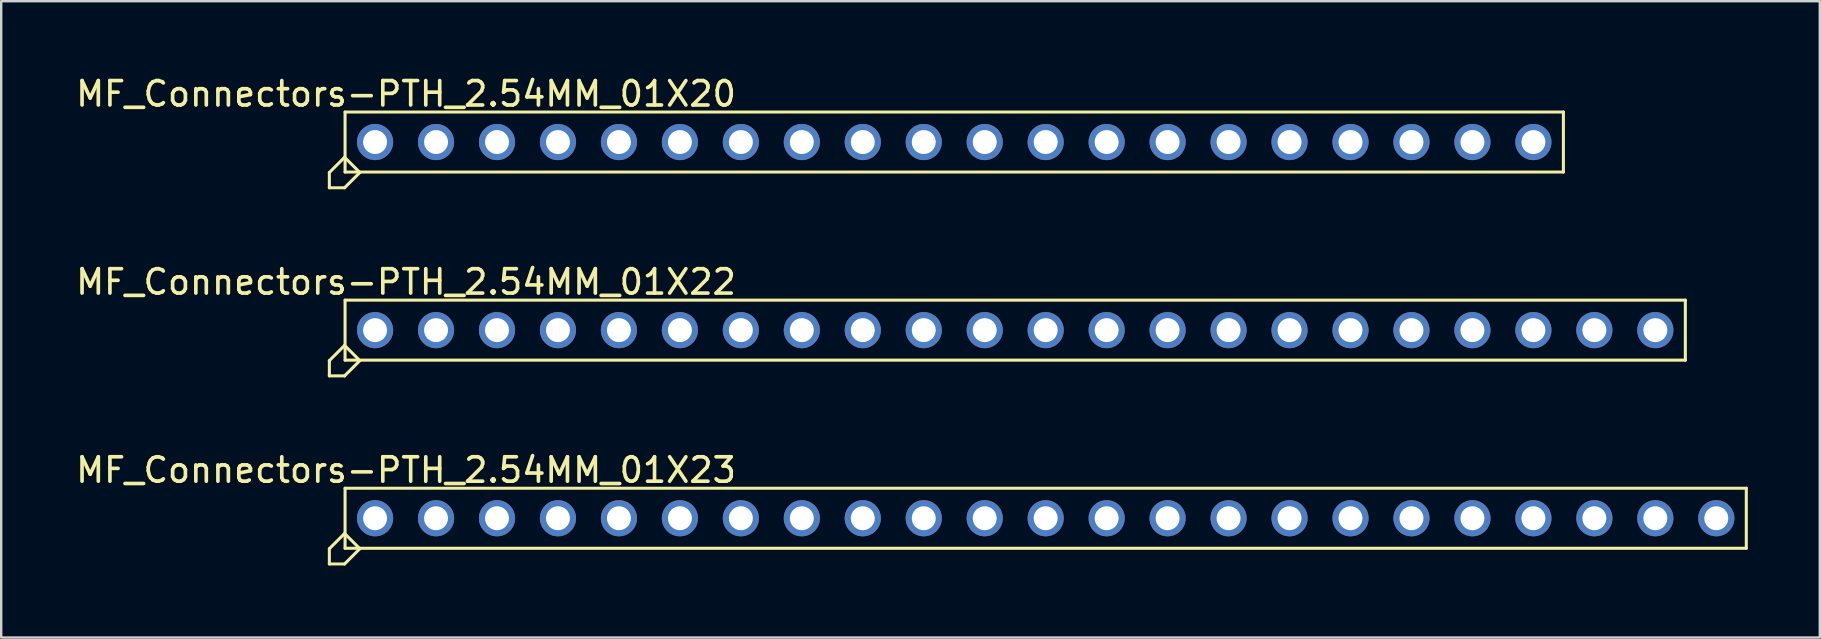
<source format=kicad_pcb>
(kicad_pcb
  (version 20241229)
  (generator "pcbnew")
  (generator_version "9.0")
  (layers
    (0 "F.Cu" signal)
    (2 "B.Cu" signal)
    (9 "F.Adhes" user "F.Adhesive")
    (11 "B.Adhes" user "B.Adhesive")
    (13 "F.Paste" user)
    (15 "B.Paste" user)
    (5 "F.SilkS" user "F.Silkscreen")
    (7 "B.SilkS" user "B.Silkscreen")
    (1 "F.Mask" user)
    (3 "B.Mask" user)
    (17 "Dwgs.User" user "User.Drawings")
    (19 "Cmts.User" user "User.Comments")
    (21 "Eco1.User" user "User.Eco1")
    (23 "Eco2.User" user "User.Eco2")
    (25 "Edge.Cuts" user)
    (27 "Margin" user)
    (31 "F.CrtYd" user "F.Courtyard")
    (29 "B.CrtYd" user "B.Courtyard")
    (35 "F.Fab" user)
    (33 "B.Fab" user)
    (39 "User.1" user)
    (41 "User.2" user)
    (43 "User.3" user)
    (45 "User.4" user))
  (footprint "MF_Connectors-PTH_2.54MM_01X23"
    (layer "F.Cu")
    (at 40.517 18.542)
    (property "Reference" "MF_Connectors-PTH_2.54MM_01X23" (at -26.65 -2.007 0) (layer "F.SilkS") (effects (font (size 1.016 1.016) (thickness 0.152))))
    (attr exclude_from_pos_files exclude_from_bom)
    (fp_line (start -29.845 1.27) (end -29.845 1.905) (stroke (width 0.127) (type solid)) (layer "F.SilkS"))
    (fp_line (start -29.845 1.905) (end -29.21 1.905) (stroke (width 0.127) (type solid)) (layer "F.SilkS"))
    (fp_line (start -29.21 0.635) (end -29.845 1.27) (stroke (width 0.127) (type solid)) (layer "F.SilkS"))
    (fp_line (start -29.21 1.905) (end -28.575 1.27) (stroke (width 0.127) (type solid)) (layer "F.SilkS"))
    (fp_line (start -29.19 -1.25) (end 29.19 -1.25) (stroke (width 0.127) (type solid)) (layer "F.SilkS"))
    (fp_line (start -29.19 1.25) (end -29.19 -1.25) (stroke (width 0.127) (type solid)) (layer "F.SilkS"))
    (fp_line (start -28.575 1.27) (end -29.21 0.635) (stroke (width 0.127) (type solid)) (layer "F.SilkS"))
    (fp_line (start 29.19 -1.25) (end 29.19 1.25) (stroke (width 0.127) (type solid)) (layer "F.SilkS"))
    (fp_line (start 29.19 1.25) (end -29.19 1.25) (stroke (width 0.127) (type solid)) (layer "F.SilkS"))
    (pad "1" thru_hole circle (at -27.94 0) (size 1.506 1.506) (drill 0.998) (layers "*.Cu" "*.Mask"))
    (pad "2" thru_hole circle (at -25.4 0) (size 1.506 1.506) (drill 0.998) (layers "*.Cu" "*.Mask"))
    (pad "3" thru_hole circle (at -22.86 0) (size 1.506 1.506) (drill 0.998) (layers "*.Cu" "*.Mask"))
    (pad "4" thru_hole circle (at -20.32 0) (size 1.506 1.506) (drill 0.998) (layers "*.Cu" "*.Mask"))
    (pad "5" thru_hole circle (at -17.78 0) (size 1.506 1.506) (drill 0.998) (layers "*.Cu" "*.Mask"))
    (pad "6" thru_hole circle (at -15.24 0) (size 1.506 1.506) (drill 0.998) (layers "*.Cu" "*.Mask"))
    (pad "7" thru_hole circle (at -12.7 0) (size 1.506 1.506) (drill 0.998) (layers "*.Cu" "*.Mask"))
    (pad "8" thru_hole circle (at -10.16 0) (size 1.506 1.506) (drill 0.998) (layers "*.Cu" "*.Mask"))
    (pad "9" thru_hole circle (at -7.62 0) (size 1.506 1.506) (drill 0.998) (layers "*.Cu" "*.Mask"))
    (pad "10" thru_hole circle (at -5.08 0) (size 1.506 1.506) (drill 0.998) (layers "*.Cu" "*.Mask"))
    (pad "11" thru_hole circle (at -2.54 0) (size 1.506 1.506) (drill 0.998) (layers "*.Cu" "*.Mask"))
    (pad "12" thru_hole circle (at 0 0) (size 1.506 1.506) (drill 0.998) (layers "*.Cu" "*.Mask"))
    (pad "13" thru_hole circle (at 2.54 0) (size 1.506 1.506) (drill 0.998) (layers "*.Cu" "*.Mask"))
    (pad "14" thru_hole circle (at 5.08 0) (size 1.506 1.506) (drill 0.998) (layers "*.Cu" "*.Mask"))
    (pad "15" thru_hole circle (at 7.62 0) (size 1.506 1.506) (drill 0.998) (layers "*.Cu" "*.Mask"))
    (pad "16" thru_hole circle (at 10.16 0) (size 1.506 1.506) (drill 0.998) (layers "*.Cu" "*.Mask"))
    (pad "17" thru_hole circle (at 12.7 0) (size 1.506 1.506) (drill 0.998) (layers "*.Cu" "*.Mask"))
    (pad "18" thru_hole circle (at 15.24 0) (size 1.506 1.506) (drill 0.998) (layers "*.Cu" "*.Mask"))
    (pad "19" thru_hole circle (at 17.78 0) (size 1.506 1.506) (drill 0.998) (layers "*.Cu" "*.Mask"))
    (pad "20" thru_hole circle (at 20.32 0) (size 1.506 1.506) (drill 0.998) (layers "*.Cu" "*.Mask"))
    (pad "21" thru_hole circle (at 22.86 0) (size 1.506 1.506) (drill 0.998) (layers "*.Cu" "*.Mask"))
    (pad "22" thru_hole circle (at 25.4 0) (size 1.506 1.506) (drill 0.998) (layers "*.Cu" "*.Mask"))
    (pad "23" thru_hole circle (at 27.94 0) (size 1.506 1.506) (drill 0.998) (layers "*.Cu" "*.Mask")))
  (footprint "MF_Connectors-PTH_2.54MM_01X20"
    (layer "F.Cu")
    (at 36.707 2.868)
    (property "Reference" "MF_Connectors-PTH_2.54MM_01X20" (at -22.84 -2.007 0) (layer "F.SilkS") (effects (font (size 1.016 1.016) (thickness 0.152))))
    (attr exclude_from_pos_files exclude_from_bom)
    (fp_line (start -26.035 1.27) (end -26.035 1.905) (stroke (width 0.127) (type solid)) (layer "F.SilkS"))
    (fp_line (start -26.035 1.905) (end -25.4 1.905) (stroke (width 0.127) (type solid)) (layer "F.SilkS"))
    (fp_line (start -25.4 0.635) (end -26.035 1.27) (stroke (width 0.127) (type solid)) (layer "F.SilkS"))
    (fp_line (start -25.4 1.905) (end -24.765 1.27) (stroke (width 0.127) (type solid)) (layer "F.SilkS"))
    (fp_line (start -25.38 -1.25) (end 25.38 -1.25) (stroke (width 0.127) (type solid)) (layer "F.SilkS"))
    (fp_line (start -25.38 1.25) (end -25.38 -1.25) (stroke (width 0.127) (type solid)) (layer "F.SilkS"))
    (fp_line (start -24.765 1.27) (end -25.4 0.635) (stroke (width 0.127) (type solid)) (layer "F.SilkS"))
    (fp_line (start 25.38 -1.25) (end 25.38 1.25) (stroke (width 0.127) (type solid)) (layer "F.SilkS"))
    (fp_line (start 25.38 1.25) (end -25.38 1.25) (stroke (width 0.127) (type solid)) (layer "F.SilkS"))
    (pad "1" thru_hole circle (at -24.13 0) (size 1.506 1.506) (drill 0.998) (layers "*.Cu" "*.Mask"))
    (pad "2" thru_hole circle (at -21.59 0) (size 1.506 1.506) (drill 0.998) (layers "*.Cu" "*.Mask"))
    (pad "3" thru_hole circle (at -19.05 0) (size 1.506 1.506) (drill 0.998) (layers "*.Cu" "*.Mask"))
    (pad "4" thru_hole circle (at -16.51 0) (size 1.506 1.506) (drill 0.998) (layers "*.Cu" "*.Mask"))
    (pad "5" thru_hole circle (at -13.97 0) (size 1.506 1.506) (drill 0.998) (layers "*.Cu" "*.Mask"))
    (pad "6" thru_hole circle (at -11.43 0) (size 1.506 1.506) (drill 0.998) (layers "*.Cu" "*.Mask"))
    (pad "7" thru_hole circle (at -8.89 0) (size 1.506 1.506) (drill 0.998) (layers "*.Cu" "*.Mask"))
    (pad "8" thru_hole circle (at -6.35 0) (size 1.506 1.506) (drill 0.998) (layers "*.Cu" "*.Mask"))
    (pad "9" thru_hole circle (at -3.81 0) (size 1.506 1.506) (drill 0.998) (layers "*.Cu" "*.Mask"))
    (pad "10" thru_hole circle (at -1.27 0) (size 1.506 1.506) (drill 0.998) (layers "*.Cu" "*.Mask"))
    (pad "11" thru_hole circle (at 1.27 0) (size 1.506 1.506) (drill 0.998) (layers "*.Cu" "*.Mask"))
    (pad "12" thru_hole circle (at 3.81 0) (size 1.506 1.506) (drill 0.998) (layers "*.Cu" "*.Mask"))
    (pad "13" thru_hole circle (at 6.35 0) (size 1.506 1.506) (drill 0.998) (layers "*.Cu" "*.Mask"))
    (pad "14" thru_hole circle (at 8.89 0) (size 1.506 1.506) (drill 0.998) (layers "*.Cu" "*.Mask"))
    (pad "15" thru_hole circle (at 11.43 0) (size 1.506 1.506) (drill 0.998) (layers "*.Cu" "*.Mask"))
    (pad "16" thru_hole circle (at 13.97 0) (size 1.506 1.506) (drill 0.998) (layers "*.Cu" "*.Mask"))
    (pad "17" thru_hole circle (at 16.51 0) (size 1.506 1.506) (drill 0.998) (layers "*.Cu" "*.Mask"))
    (pad "18" thru_hole circle (at 19.05 0) (size 1.506 1.506) (drill 0.998) (layers "*.Cu" "*.Mask"))
    (pad "19" thru_hole circle (at 21.59 0) (size 1.506 1.506) (drill 0.998) (layers "*.Cu" "*.Mask"))
    (pad "20" thru_hole circle (at 24.13 0) (size 1.506 1.506) (drill 0.998) (layers "*.Cu" "*.Mask")))
  (footprint "MF_Connectors-PTH_2.54MM_01X22"
    (layer "F.Cu")
    (at 39.247 10.705)
    (property "Reference" "MF_Connectors-PTH_2.54MM_01X22" (at -25.38 -2.007 0) (layer "F.SilkS") (effects (font (size 1.016 1.016) (thickness 0.152))))
    (attr exclude_from_pos_files exclude_from_bom)
    (fp_line (start -28.575 1.27) (end -28.575 1.905) (stroke (width 0.127) (type solid)) (layer "F.SilkS"))
    (fp_line (start -28.575 1.905) (end -27.94 1.905) (stroke (width 0.127) (type solid)) (layer "F.SilkS"))
    (fp_line (start -27.94 0.635) (end -28.575 1.27) (stroke (width 0.127) (type solid)) (layer "F.SilkS"))
    (fp_line (start -27.94 1.905) (end -27.305 1.27) (stroke (width 0.127) (type solid)) (layer "F.SilkS"))
    (fp_line (start -27.92 -1.25) (end 27.92 -1.25) (stroke (width 0.127) (type solid)) (layer "F.SilkS"))
    (fp_line (start -27.92 1.25) (end -27.92 -1.25) (stroke (width 0.127) (type solid)) (layer "F.SilkS"))
    (fp_line (start -27.305 1.27) (end -27.94 0.635) (stroke (width 0.127) (type solid)) (layer "F.SilkS"))
    (fp_line (start 27.92 -1.25) (end 27.92 1.25) (stroke (width 0.127) (type solid)) (layer "F.SilkS"))
    (fp_line (start 27.92 1.25) (end -27.92 1.25) (stroke (width 0.127) (type solid)) (layer "F.SilkS"))
    (pad "1" thru_hole circle (at -26.67 0) (size 1.506 1.506) (drill 0.998) (layers "*.Cu" "*.Mask"))
    (pad "2" thru_hole circle (at -24.13 0) (size 1.506 1.506) (drill 0.998) (layers "*.Cu" "*.Mask"))
    (pad "3" thru_hole circle (at -21.59 0) (size 1.506 1.506) (drill 0.998) (layers "*.Cu" "*.Mask"))
    (pad "4" thru_hole circle (at -19.05 0) (size 1.506 1.506) (drill 0.998) (layers "*.Cu" "*.Mask"))
    (pad "5" thru_hole circle (at -16.51 0) (size 1.506 1.506) (drill 0.998) (layers "*.Cu" "*.Mask"))
    (pad "6" thru_hole circle (at -13.97 0) (size 1.506 1.506) (drill 0.998) (layers "*.Cu" "*.Mask"))
    (pad "7" thru_hole circle (at -11.43 0) (size 1.506 1.506) (drill 0.998) (layers "*.Cu" "*.Mask"))
    (pad "8" thru_hole circle (at -8.89 0) (size 1.506 1.506) (drill 0.998) (layers "*.Cu" "*.Mask"))
    (pad "9" thru_hole circle (at -6.35 0) (size 1.506 1.506) (drill 0.998) (layers "*.Cu" "*.Mask"))
    (pad "10" thru_hole circle (at -3.81 0) (size 1.506 1.506) (drill 0.998) (layers "*.Cu" "*.Mask"))
    (pad "11" thru_hole circle (at -1.27 0) (size 1.506 1.506) (drill 0.998) (layers "*.Cu" "*.Mask"))
    (pad "12" thru_hole circle (at 1.27 0) (size 1.506 1.506) (drill 0.998) (layers "*.Cu" "*.Mask"))
    (pad "13" thru_hole circle (at 3.81 0) (size 1.506 1.506) (drill 0.998) (layers "*.Cu" "*.Mask"))
    (pad "14" thru_hole circle (at 6.35 0) (size 1.506 1.506) (drill 0.998) (layers "*.Cu" "*.Mask"))
    (pad "15" thru_hole circle (at 8.89 0) (size 1.506 1.506) (drill 0.998) (layers "*.Cu" "*.Mask"))
    (pad "16" thru_hole circle (at 11.43 0) (size 1.506 1.506) (drill 0.998) (layers "*.Cu" "*.Mask"))
    (pad "17" thru_hole circle (at 13.97 0) (size 1.506 1.506) (drill 0.998) (layers "*.Cu" "*.Mask"))
    (pad "18" thru_hole circle (at 16.51 0) (size 1.506 1.506) (drill 0.998) (layers "*.Cu" "*.Mask"))
    (pad "19" thru_hole circle (at 19.05 0) (size 1.506 1.506) (drill 0.998) (layers "*.Cu" "*.Mask"))
    (pad "20" thru_hole circle (at 21.59 0) (size 1.506 1.506) (drill 0.998) (layers "*.Cu" "*.Mask"))
    (pad "21" thru_hole circle (at 24.13 0) (size 1.506 1.506) (drill 0.998) (layers "*.Cu" "*.Mask"))
    (pad "22" thru_hole circle (at 26.67 0) (size 1.506 1.506) (drill 0.998) (layers "*.Cu" "*.Mask")))
  (gr_rect
    (start -3 -3)
    (end 72.77 23.511)
    (stroke (width 0.1) (type default))
    (fill no)
    (layer "Edge.Cuts")))
</source>
